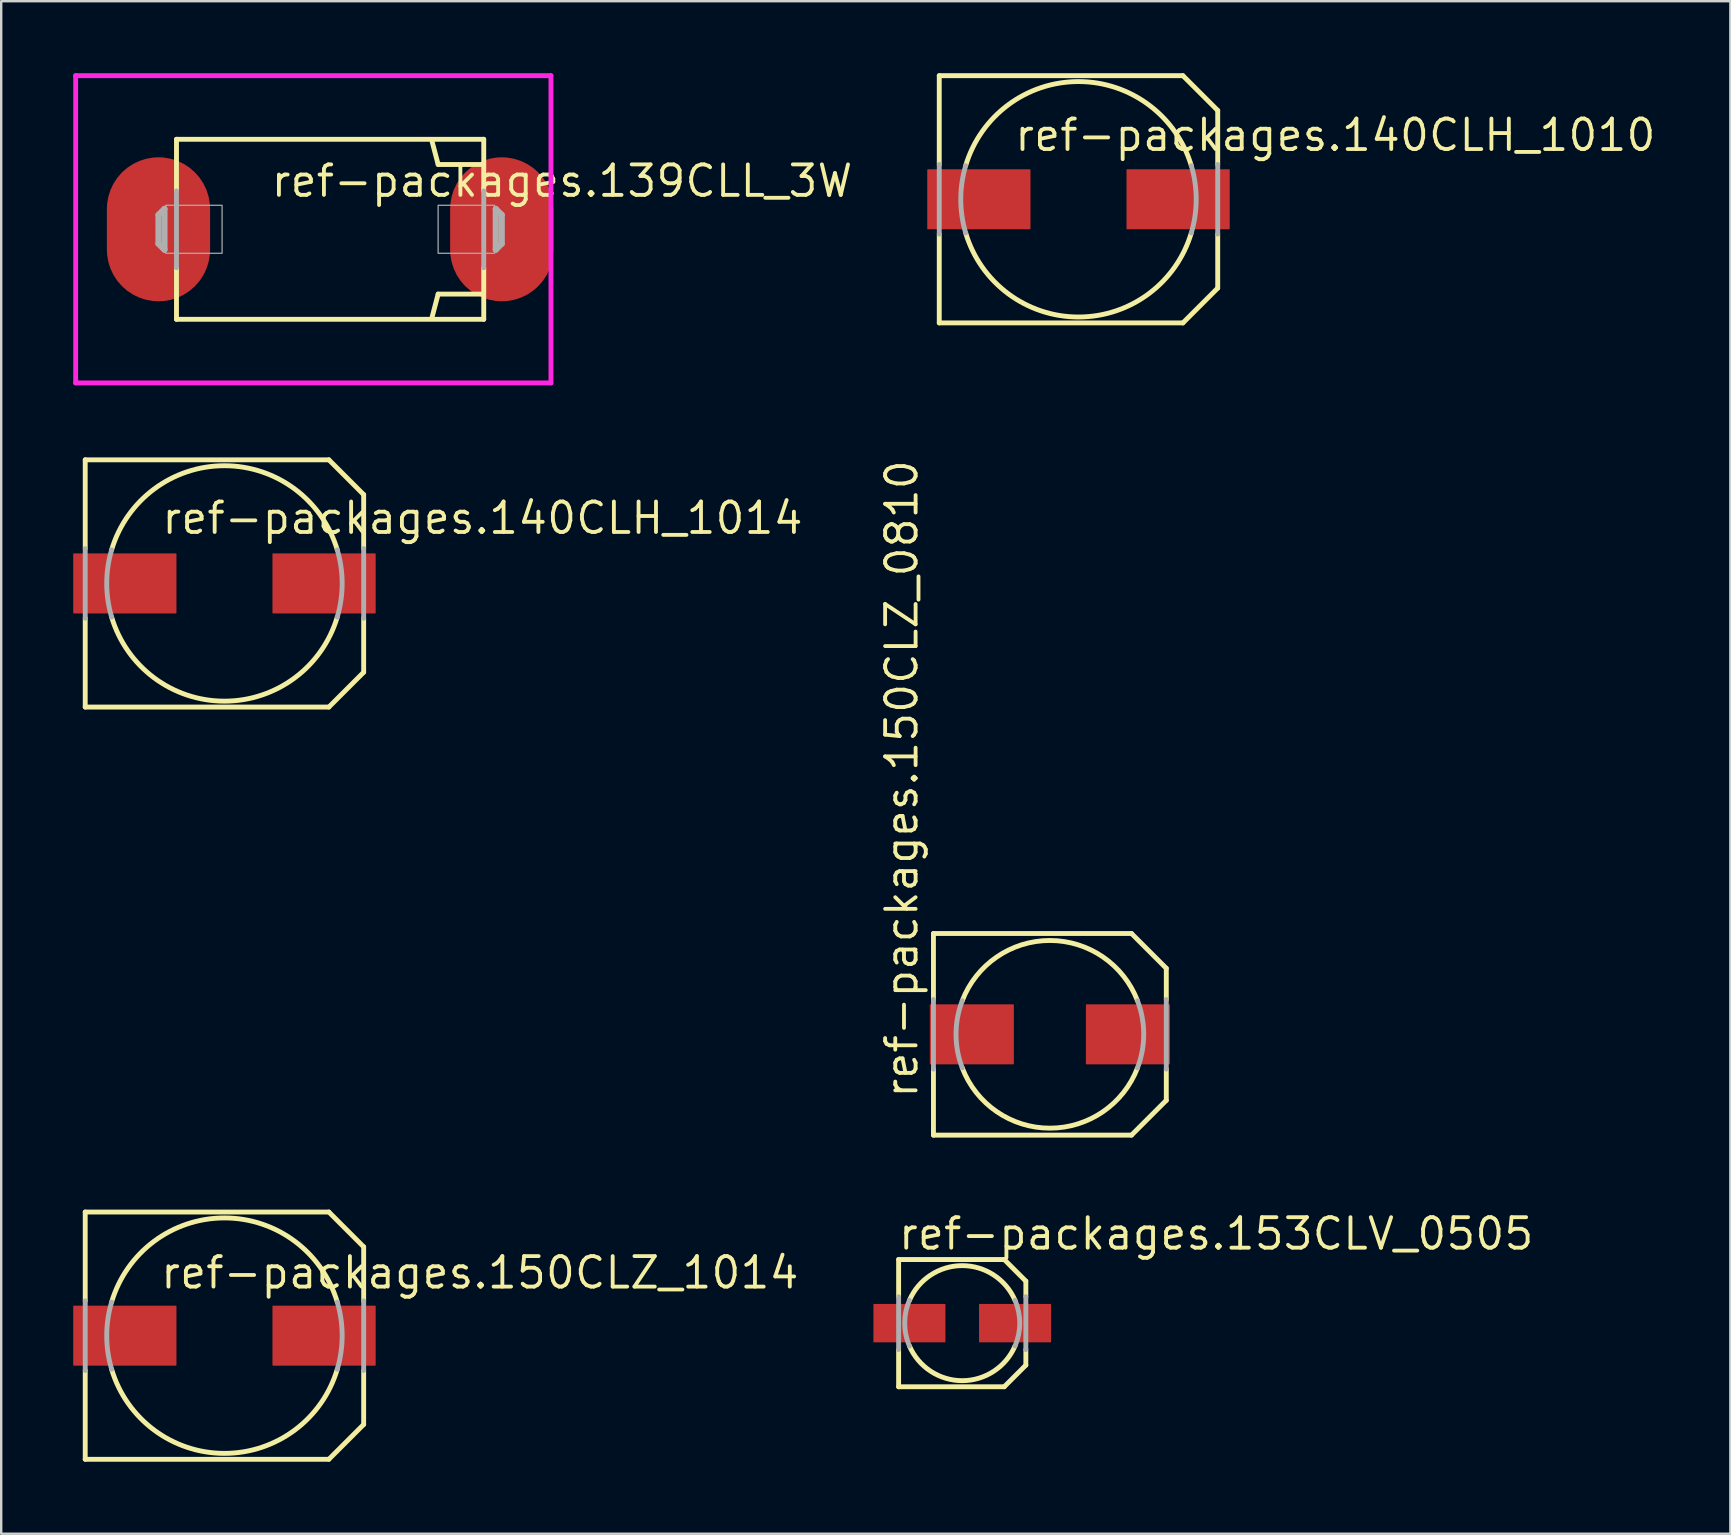
<source format=kicad_pcb>
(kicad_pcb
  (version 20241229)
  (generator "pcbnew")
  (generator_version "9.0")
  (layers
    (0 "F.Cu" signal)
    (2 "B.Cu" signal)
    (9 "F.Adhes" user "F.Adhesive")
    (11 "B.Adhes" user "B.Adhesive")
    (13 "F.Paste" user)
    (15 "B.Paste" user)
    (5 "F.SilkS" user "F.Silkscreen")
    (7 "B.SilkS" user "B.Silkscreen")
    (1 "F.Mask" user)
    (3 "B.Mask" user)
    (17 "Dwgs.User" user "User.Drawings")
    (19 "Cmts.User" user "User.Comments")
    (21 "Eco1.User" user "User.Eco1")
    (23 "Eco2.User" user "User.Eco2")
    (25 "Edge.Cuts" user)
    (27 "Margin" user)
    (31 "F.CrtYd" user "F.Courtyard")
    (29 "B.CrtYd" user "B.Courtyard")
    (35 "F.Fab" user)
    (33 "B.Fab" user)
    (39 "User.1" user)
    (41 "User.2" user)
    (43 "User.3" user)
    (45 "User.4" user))
  (footprint "ref-packages.139CLL_3W"
    (layer "F.Cu")
    (at 10.702 6.502)
    (property "Reference" "ref-packages.139CLL_3W" (at -2.54 -1.27 0) (layer "F.SilkS") (effects (font (size 1.27 1.27) (thickness 0.16)) (justify left bottom)))
    (attr smd)
    (fp_line (start -6.4 -3.75) (end 6.4 -3.75) (stroke (width 0.203) (type default)) (layer "F.SilkS"))
    (fp_line (start -6.4 -1.6) (end -6.4 -3.75) (stroke (width 0.203) (type default)) (layer "F.SilkS"))
    (fp_line (start -6.4 3.75) (end -6.4 1.6) (stroke (width 0.203) (type default)) (layer "F.SilkS"))
    (fp_line (start 4.5 -2.7) (end 4.25 -3.65) (stroke (width 0.203) (type default)) (layer "F.SilkS"))
    (fp_line (start 4.5 2.7) (end 4.25 3.65) (stroke (width 0.203) (type default)) (layer "F.SilkS"))
    (fp_line (start 6.35 -2.7) (end 4.5 -2.7) (stroke (width 0.203) (type default)) (layer "F.SilkS"))
    (fp_line (start 6.35 2.7) (end 4.5 2.7) (stroke (width 0.203) (type default)) (layer "F.SilkS"))
    (fp_line (start 6.4 -3.75) (end 6.4 -1.6) (stroke (width 0.203) (type default)) (layer "F.SilkS"))
    (fp_line (start 6.4 1.6) (end 6.4 3.75) (stroke (width 0.203) (type default)) (layer "F.SilkS"))
    (fp_line (start 6.4 3.75) (end -6.4 3.75) (stroke (width 0.203) (type default)) (layer "F.SilkS"))
    (fp_line (start -10.6 -6.4) (end -10.6 6.4) (stroke (width 0.203) (type default)) (layer "F.CrtYd"))
    (fp_line (start -10.6 6.4) (end 9.2 6.4) (stroke (width 0.203) (type default)) (layer "F.CrtYd"))
    (fp_line (start 9.2 -6.4) (end -10.6 -6.4) (stroke (width 0.203) (type default)) (layer "F.CrtYd"))
    (fp_line (start 9.2 6.4) (end 9.2 -6.4) (stroke (width 0.203) (type default)) (layer "F.CrtYd"))
    (fp_line (start -7.15 -0.6) (end -6.9 -0.85) (stroke (width 0.254) (type default)) (layer "F.Fab"))
    (fp_line (start -7.15 0.6) (end -7.15 -0.6) (stroke (width 0.254) (type default)) (layer "F.Fab"))
    (fp_line (start -6.9 -0.85) (end -6.9 0.85) (stroke (width 0.254) (type default)) (layer "F.Fab"))
    (fp_line (start -6.9 0.85) (end -7.15 0.6) (stroke (width 0.254) (type default)) (layer "F.Fab"))
    (fp_line (start -6.4 1.6) (end -6.4 -1.6) (stroke (width 0.203) (type default)) (layer "F.Fab"))
    (fp_line (start 6.4 -1.6) (end 6.4 1.6) (stroke (width 0.203) (type default)) (layer "F.Fab"))
    (fp_line (start 6.9 -0.85) (end 7.15 -0.6) (stroke (width 0.254) (type default)) (layer "F.Fab"))
    (fp_line (start 6.9 0.85) (end 6.9 -0.85) (stroke (width 0.254) (type default)) (layer "F.Fab"))
    (fp_line (start 7.15 -0.6) (end 7.15 0.6) (stroke (width 0.254) (type default)) (layer "F.Fab"))
    (fp_line (start 7.15 0.6) (end 6.9 0.85) (stroke (width 0.254) (type default)) (layer "F.Fab"))
    (fp_rect (start -6.85 1) (end -4.5 -1) (stroke (width 0.05) (type default)) (fill no) (layer "F.Fab"))
    (fp_rect (start 4.5 1) (end 6.85 -1) (stroke (width 0.05) (type default)) (fill no) (layer "F.Fab"))
    (pad "+" smd roundrect (at 7.15 0) (size 4.3 6) (layers "F.Cu" "F.Mask" "F.Paste") (roundrect_rratio 0.5))
    (pad "-" smd roundrect (at -7.15 0) (size 4.3 6) (layers "F.Cu" "F.Mask" "F.Paste") (roundrect_rratio 0.5)))
  (footprint "ref-packages.150CLZ_1014"
    (layer "F.Cu")
    (at 6.3 52.591)
    (property "Reference" "ref-packages.150CLZ_1014" (at -2.74 -1.88 0) (layer "F.SilkS") (effects (font (size 1.27 1.27) (thickness 0.16)) (justify left bottom)))
    (attr smd)
    (fp_line (start -5.8 -5.15) (end 4.35 -5.15) (stroke (width 0.203) (type default)) (layer "F.SilkS"))
    (fp_line (start -5.8 -1.45) (end -5.8 -5.15) (stroke (width 0.203) (type default)) (layer "F.SilkS"))
    (fp_line (start -5.8 5.15) (end -5.8 1.45) (stroke (width 0.203) (type default)) (layer "F.SilkS"))
    (fp_line (start 4.35 5.15) (end -5.8 5.15) (stroke (width 0.203) (type default)) (layer "F.SilkS"))
    (fp_line (start 5.8 -3.7) (end 4.35 -5.15) (stroke (width 0.203) (type default)) (layer "F.SilkS"))
    (fp_line (start 5.8 -3.7) (end 5.8 -1.45) (stroke (width 0.203) (type default)) (layer "F.SilkS"))
    (fp_line (start 5.8 1.45) (end 5.8 3.7) (stroke (width 0.203) (type default)) (layer "F.SilkS"))
    (fp_line (start 5.8 3.7) (end 4.35 5.15) (stroke (width 0.203) (type default)) (layer "F.SilkS"))
    (fp_arc (start -4.7 -1.4) (mid 0 -4.90408) (end 4.7 -1.4) (stroke (width 0.2032) (type default)) (layer "F.SilkS"))
    (fp_arc (start 4.7 1.4) (mid 0 4.90408) (end -4.7 1.4) (stroke (width 0.2032) (type default)) (layer "F.SilkS"))
    (fp_line (start -5.8 1.45) (end -5.8 -1.45) (stroke (width 0.203) (type default)) (layer "F.Fab"))
    (fp_line (start 5.8 -1.45) (end 5.8 1.45) (stroke (width 0.203) (type default)) (layer "F.Fab"))
    (fp_arc (start -4.7 1.4) (mid -4.90408 0) (end -4.7 -1.4) (stroke (width 0.2032) (type default)) (layer "F.Fab"))
    (fp_arc (start 4.7 -1.4) (mid 4.90408 0) (end 4.7 1.4) (stroke (width 0.2032) (type default)) (layer "F.Fab"))
    (pad "+" smd roundrect (at 4.15 0) (size 4.3 2.5) (layers "F.Cu" "F.Mask" "F.Paste") (roundrect_rratio 0.01))
    (pad "-" smd roundrect (at -4.15 0) (size 4.3 2.5) (layers "F.Cu" "F.Mask" "F.Paste") (roundrect_rratio 0.01)))
  (footprint "ref-packages.140CLH_1014"
    (layer "F.Cu")
    (at 6.3 21.255)
    (property "Reference" "ref-packages.140CLH_1014" (at -2.69 -1.98 0) (layer "F.SilkS") (effects (font (size 1.27 1.27) (thickness 0.16)) (justify left bottom)))
    (attr smd)
    (fp_line (start -5.8 -5.15) (end 4.35 -5.15) (stroke (width 0.203) (type default)) (layer "F.SilkS"))
    (fp_line (start -5.8 -1.45) (end -5.8 -5.15) (stroke (width 0.203) (type default)) (layer "F.SilkS"))
    (fp_line (start -5.8 5.15) (end -5.8 1.45) (stroke (width 0.203) (type default)) (layer "F.SilkS"))
    (fp_line (start 4.35 5.15) (end -5.8 5.15) (stroke (width 0.203) (type default)) (layer "F.SilkS"))
    (fp_line (start 5.8 -3.7) (end 4.35 -5.15) (stroke (width 0.203) (type default)) (layer "F.SilkS"))
    (fp_line (start 5.8 -3.7) (end 5.8 -1.45) (stroke (width 0.203) (type default)) (layer "F.SilkS"))
    (fp_line (start 5.8 1.45) (end 5.8 3.7) (stroke (width 0.203) (type default)) (layer "F.SilkS"))
    (fp_line (start 5.8 3.7) (end 4.35 5.15) (stroke (width 0.203) (type default)) (layer "F.SilkS"))
    (fp_arc (start -4.7 -1.4) (mid 0 -4.90408) (end 4.7 -1.4) (stroke (width 0.2032) (type default)) (layer "F.SilkS"))
    (fp_arc (start 4.7 1.4) (mid 0 4.90408) (end -4.7 1.4) (stroke (width 0.2032) (type default)) (layer "F.SilkS"))
    (fp_line (start -5.8 1.45) (end -5.8 -1.45) (stroke (width 0.203) (type default)) (layer "F.Fab"))
    (fp_line (start 5.8 -1.45) (end 5.8 1.45) (stroke (width 0.203) (type default)) (layer "F.Fab"))
    (fp_arc (start -4.7 1.4) (mid -4.90408 0) (end -4.7 -1.4) (stroke (width 0.2032) (type default)) (layer "F.Fab"))
    (fp_arc (start 4.7 -1.4) (mid 4.90408 0) (end 4.7 1.4) (stroke (width 0.2032) (type default)) (layer "F.Fab"))
    (pad "+" smd roundrect (at 4.15 0) (size 4.3 2.5) (layers "F.Cu" "F.Mask" "F.Paste") (roundrect_rratio 0.01))
    (pad "-" smd roundrect (at -4.15 0) (size 4.3 2.5) (layers "F.Cu" "F.Mask" "F.Paste") (roundrect_rratio 0.01)))
  (footprint "ref-packages.140CLH_1010"
    (layer "F.Cu")
    (at 41.878 5.252)
    (property "Reference" "ref-packages.140CLH_1010" (at -2.74 -1.93 0) (layer "F.SilkS") (effects (font (size 1.27 1.27) (thickness 0.16)) (justify left bottom)))
    (attr smd)
    (fp_line (start -5.8 -5.15) (end 4.35 -5.15) (stroke (width 0.203) (type default)) (layer "F.SilkS"))
    (fp_line (start -5.8 -1.45) (end -5.8 -5.15) (stroke (width 0.203) (type default)) (layer "F.SilkS"))
    (fp_line (start -5.8 5.15) (end -5.8 1.45) (stroke (width 0.203) (type default)) (layer "F.SilkS"))
    (fp_line (start 4.35 5.15) (end -5.8 5.15) (stroke (width 0.203) (type default)) (layer "F.SilkS"))
    (fp_line (start 5.8 -3.7) (end 4.35 -5.15) (stroke (width 0.203) (type default)) (layer "F.SilkS"))
    (fp_line (start 5.8 -3.7) (end 5.8 -1.45) (stroke (width 0.203) (type default)) (layer "F.SilkS"))
    (fp_line (start 5.8 1.45) (end 5.8 3.7) (stroke (width 0.203) (type default)) (layer "F.SilkS"))
    (fp_line (start 5.8 3.7) (end 4.35 5.15) (stroke (width 0.203) (type default)) (layer "F.SilkS"))
    (fp_arc (start -4.7 -1.4) (mid 0 -4.90408) (end 4.7 -1.4) (stroke (width 0.2032) (type default)) (layer "F.SilkS"))
    (fp_arc (start 4.7 1.4) (mid 0 4.90408) (end -4.7 1.4) (stroke (width 0.2032) (type default)) (layer "F.SilkS"))
    (fp_line (start -5.8 1.45) (end -5.8 -1.45) (stroke (width 0.203) (type default)) (layer "F.Fab"))
    (fp_line (start 5.8 -1.45) (end 5.8 1.45) (stroke (width 0.203) (type default)) (layer "F.Fab"))
    (fp_arc (start -4.7 1.4) (mid -4.90408 0) (end -4.7 -1.4) (stroke (width 0.2032) (type default)) (layer "F.Fab"))
    (fp_arc (start 4.7 -1.4) (mid 4.90408 0) (end 4.7 1.4) (stroke (width 0.2032) (type default)) (layer "F.Fab"))
    (pad "+" smd roundrect (at 4.15 0) (size 4.3 2.5) (layers "F.Cu" "F.Mask" "F.Paste") (roundrect_rratio 0.01))
    (pad "-" smd roundrect (at -4.15 0) (size 4.3 2.5) (layers "F.Cu" "F.Mask" "F.Paste") (roundrect_rratio 0.01)))
  (footprint "ref-packages.153CLV_0505"
    (layer "F.Cu")
    (at 37.035 52.07)
    (property "Reference" "ref-packages.153CLV_0505" (at -2.74 -2.98 0) (layer "F.SilkS") (effects (font (size 1.27 1.27) (thickness 0.16)) (justify left bottom)))
    (attr smd)
    (fp_line (start -2.65 -2.65) (end 1.75 -2.65) (stroke (width 0.203) (type default)) (layer "F.SilkS"))
    (fp_line (start -2.65 -1.1) (end -2.65 -2.65) (stroke (width 0.203) (type default)) (layer "F.SilkS"))
    (fp_line (start -2.65 2.65) (end -2.65 1.1) (stroke (width 0.203) (type default)) (layer "F.SilkS"))
    (fp_line (start 1.75 -2.65) (end 2.65 -1.75) (stroke (width 0.203) (type default)) (layer "F.SilkS"))
    (fp_line (start 1.75 2.65) (end -2.65 2.65) (stroke (width 0.203) (type default)) (layer "F.SilkS"))
    (fp_line (start 2.65 -1.75) (end 2.65 -1.1) (stroke (width 0.203) (type default)) (layer "F.SilkS"))
    (fp_line (start 2.65 1.1) (end 2.65 1.75) (stroke (width 0.203) (type default)) (layer "F.SilkS"))
    (fp_line (start 2.65 1.75) (end 1.75 2.65) (stroke (width 0.203) (type default)) (layer "F.SilkS"))
    (fp_arc (start -2.2 -0.95) (mid 0 -2.396351) (end 2.2 -0.95) (stroke (width 0.2032) (type default)) (layer "F.SilkS"))
    (fp_arc (start 2.2 0.95) (mid 0 2.396351) (end -2.2 0.95) (stroke (width 0.2032) (type default)) (layer "F.SilkS"))
    (fp_line (start -2.65 1.1) (end -2.65 -1.1) (stroke (width 0.203) (type default)) (layer "F.Fab"))
    (fp_line (start 2.65 -1.1) (end 2.65 1.1) (stroke (width 0.203) (type default)) (layer "F.Fab"))
    (fp_arc (start -2.2 0.95) (mid -2.396351 0) (end -2.2 -0.95) (stroke (width 0.2032) (type default)) (layer "F.Fab"))
    (fp_arc (start 2.2 -0.95) (mid 2.396351 0) (end 2.2 0.95) (stroke (width 0.2032) (type default)) (layer "F.Fab"))
    (pad "+" smd roundrect (at 2.2 0) (size 3 1.6) (layers "F.Cu" "F.Mask" "F.Paste") (roundrect_rratio 0.01))
    (pad "-" smd roundrect (at -2.2 0) (size 3 1.6) (layers "F.Cu" "F.Mask" "F.Paste") (roundrect_rratio 0.01)))
  (footprint "ref-packages.150CLZ_0810"
    (layer "F.Cu")
    (at 40.686 40.038)
    (property "Reference" "ref-packages.150CLZ_0810" (at -5.43 2.74 90) (layer "F.SilkS") (effects (font (size 1.27 1.27) (thickness 0.16)) (justify left bottom)))
    (attr smd)
    (fp_line (start -4.85 -4.2) (end 3.4 -4.2) (stroke (width 0.203) (type default)) (layer "F.SilkS"))
    (fp_line (start -4.85 -1.45) (end -4.85 -4.2) (stroke (width 0.203) (type default)) (layer "F.SilkS"))
    (fp_line (start -4.85 4.2) (end -4.85 1.45) (stroke (width 0.203) (type default)) (layer "F.SilkS"))
    (fp_line (start 3.4 4.2) (end -4.85 4.2) (stroke (width 0.203) (type default)) (layer "F.SilkS"))
    (fp_line (start 4.85 -2.75) (end 3.4 -4.2) (stroke (width 0.203) (type default)) (layer "F.SilkS"))
    (fp_line (start 4.85 -2.75) (end 4.85 -1.45) (stroke (width 0.203) (type default)) (layer "F.SilkS"))
    (fp_line (start 4.85 1.45) (end 4.85 2.75) (stroke (width 0.203) (type default)) (layer "F.SilkS"))
    (fp_line (start 4.85 2.75) (end 3.4 4.2) (stroke (width 0.203) (type default)) (layer "F.SilkS"))
    (fp_arc (start -3.65 -1.4) (mid 0 -3.909284) (end 3.65 -1.4) (stroke (width 0.2032) (type default)) (layer "F.SilkS"))
    (fp_arc (start 3.65 1.4) (mid 0 3.909284) (end -3.65 1.4) (stroke (width 0.2032) (type default)) (layer "F.SilkS"))
    (fp_line (start -4.85 1.45) (end -4.85 -1.45) (stroke (width 0.203) (type default)) (layer "F.Fab"))
    (fp_line (start 4.85 -1.45) (end 4.85 1.45) (stroke (width 0.203) (type default)) (layer "F.Fab"))
    (fp_arc (start -3.65 1.4) (mid -3.909284 0) (end -3.65 -1.4) (stroke (width 0.2032) (type default)) (layer "F.Fab"))
    (fp_arc (start 3.65 -1.4) (mid 3.909284 0) (end 3.65 1.4) (stroke (width 0.2032) (type default)) (layer "F.Fab"))
    (pad "+" smd roundrect (at 3.25 0) (size 3.5 2.5) (layers "F.Cu" "F.Mask" "F.Paste") (roundrect_rratio 0.01))
    (pad "-" smd roundrect (at -3.25 0) (size 3.5 2.5) (layers "F.Cu" "F.Mask" "F.Paste") (roundrect_rratio 0.01)))
  (gr_rect
    (start -3 -3)
    (end 69.034 60.843)
    (stroke (width 0.1) (type default))
    (fill no)
    (layer "Edge.Cuts")))
</source>
